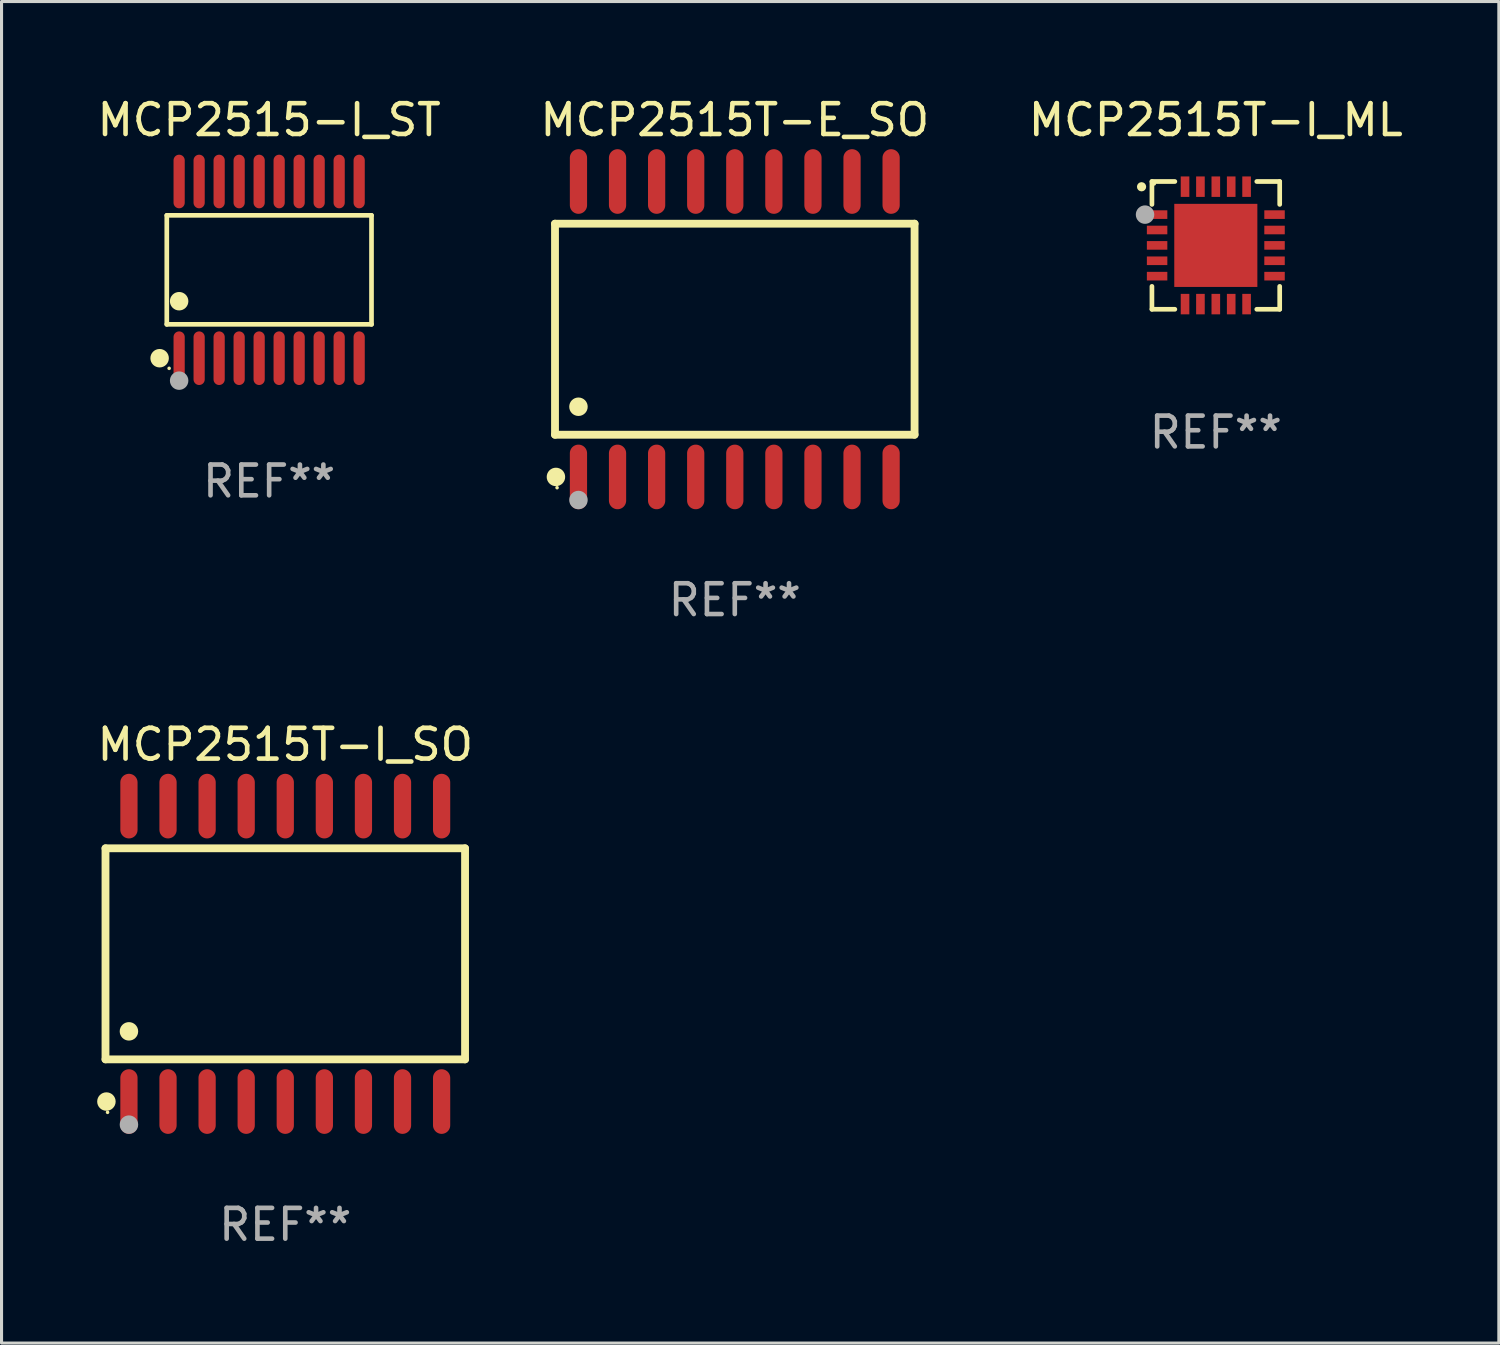
<source format=kicad_pcb>
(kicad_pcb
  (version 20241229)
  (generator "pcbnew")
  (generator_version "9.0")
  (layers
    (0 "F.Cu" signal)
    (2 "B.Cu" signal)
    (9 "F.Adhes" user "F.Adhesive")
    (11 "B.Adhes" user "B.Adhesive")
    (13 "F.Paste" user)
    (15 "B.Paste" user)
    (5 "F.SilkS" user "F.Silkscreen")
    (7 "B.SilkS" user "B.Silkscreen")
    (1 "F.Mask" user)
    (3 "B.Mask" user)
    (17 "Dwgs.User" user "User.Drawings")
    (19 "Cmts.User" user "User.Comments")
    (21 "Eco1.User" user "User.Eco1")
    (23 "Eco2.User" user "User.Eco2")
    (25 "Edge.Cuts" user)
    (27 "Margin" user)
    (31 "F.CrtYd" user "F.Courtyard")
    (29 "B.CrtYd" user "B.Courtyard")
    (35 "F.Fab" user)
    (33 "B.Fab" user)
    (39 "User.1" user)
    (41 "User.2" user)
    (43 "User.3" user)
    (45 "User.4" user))
  (footprint "MCP2515T-E_SO"
    (layer "F.Cu")
    (at 20.827 7.648)
    (property "Reference" "MCP2515T-E_SO" (at 0 -6.8 0) (layer "F.SilkS") (effects (font (size 1 1) (thickness 0.15))))
    (attr through_hole)
    (fp_line (start -5.842 -3.429) (end -5.842 3.429) (stroke (width 0.254) (type solid)) (layer "F.SilkS"))
    (fp_line (start -5.842 3.429) (end 5.842 3.429) (stroke (width 0.254) (type solid)) (layer "F.SilkS"))
    (fp_line (start 5.842 -3.429) (end -5.842 -3.429) (stroke (width 0.254) (type solid)) (layer "F.SilkS"))
    (fp_line (start 5.842 3.429) (end 5.842 -3.429) (stroke (width 0.254) (type solid)) (layer "F.SilkS"))
    (fp_circle (center -5.812 4.8) (end -5.662 4.8) (stroke (width 0.3) (type solid)) (fill no) (layer "F.SilkS"))
    (fp_circle (center -5.775 5.15) (end -5.745 5.15) (stroke (width 0.06) (type solid)) (fill no) (layer "F.SilkS"))
    (fp_circle (center -5.08 2.519) (end -4.93 2.519) (stroke (width 0.3) (type solid)) (fill no) (layer "F.SilkS"))
    (fp_circle (center -5.08 5.55) (end -4.93 5.55) (stroke (width 0.3) (type solid)) (fill no) (layer "F.Fab"))
    (fp_text user "REF**" (at 0 8.8 0) (layer "F.Fab") (effects (font (size 1 1) (thickness 0.15))))
    (pad "1" smd oval (at -5.08 4.8) (size 0.56 2.1) (layers "F.Cu" "F.Mask" "F.Paste"))
    (pad "2" smd oval (at -3.81 4.8) (size 0.56 2.1) (layers "F.Cu" "F.Mask" "F.Paste"))
    (pad "3" smd oval (at -2.54 4.8) (size 0.56 2.1) (layers "F.Cu" "F.Mask" "F.Paste"))
    (pad "4" smd oval (at -1.27 4.8) (size 0.56 2.1) (layers "F.Cu" "F.Mask" "F.Paste"))
    (pad "5" smd oval (at 0 4.8) (size 0.56 2.1) (layers "F.Cu" "F.Mask" "F.Paste"))
    (pad "6" smd oval (at 1.27 4.8) (size 0.56 2.1) (layers "F.Cu" "F.Mask" "F.Paste"))
    (pad "7" smd oval (at 2.54 4.8) (size 0.56 2.1) (layers "F.Cu" "F.Mask" "F.Paste"))
    (pad "8" smd oval (at 3.81 4.8) (size 0.56 2.1) (layers "F.Cu" "F.Mask" "F.Paste"))
    (pad "9" smd oval (at 5.08 4.8) (size 0.56 2.1) (layers "F.Cu" "F.Mask" "F.Paste"))
    (pad "10" smd oval (at 5.08 -4.8) (size 0.56 2.1) (layers "F.Cu" "F.Mask" "F.Paste"))
    (pad "11" smd oval (at 3.81 -4.8) (size 0.56 2.1) (layers "F.Cu" "F.Mask" "F.Paste"))
    (pad "12" smd oval (at 2.54 -4.8) (size 0.56 2.1) (layers "F.Cu" "F.Mask" "F.Paste"))
    (pad "13" smd oval (at 1.27 -4.8) (size 0.56 2.1) (layers "F.Cu" "F.Mask" "F.Paste"))
    (pad "14" smd oval (at 0 -4.8) (size 0.56 2.1) (layers "F.Cu" "F.Mask" "F.Paste"))
    (pad "15" smd oval (at -1.27 -4.8) (size 0.56 2.1) (layers "F.Cu" "F.Mask" "F.Paste"))
    (pad "16" smd oval (at -2.54 -4.8) (size 0.56 2.1) (layers "F.Cu" "F.Mask" "F.Paste"))
    (pad "17" smd oval (at -3.81 -4.8) (size 0.56 2.1) (layers "F.Cu" "F.Mask" "F.Paste"))
    (pad "18" smd oval (at -5.08 -4.8) (size 0.56 2.1) (layers "F.Cu" "F.Mask" "F.Paste")))
  (footprint "MCP2515T-I_SO"
    (layer "F.Cu")
    (at 6.22 27.945)
    (property "Reference" "MCP2515T-I_SO" (at 0 -6.8 0) (layer "F.SilkS") (effects (font (size 1 1) (thickness 0.15))))
    (attr through_hole)
    (fp_line (start -5.842 -3.429) (end -5.842 3.429) (stroke (width 0.254) (type solid)) (layer "F.SilkS"))
    (fp_line (start -5.842 3.429) (end 5.842 3.429) (stroke (width 0.254) (type solid)) (layer "F.SilkS"))
    (fp_line (start 5.842 -3.429) (end -5.842 -3.429) (stroke (width 0.254) (type solid)) (layer "F.SilkS"))
    (fp_line (start 5.842 3.429) (end 5.842 -3.429) (stroke (width 0.254) (type solid)) (layer "F.SilkS"))
    (fp_circle (center -5.812 4.8) (end -5.662 4.8) (stroke (width 0.3) (type solid)) (fill no) (layer "F.SilkS"))
    (fp_circle (center -5.775 5.15) (end -5.745 5.15) (stroke (width 0.06) (type solid)) (fill no) (layer "F.SilkS"))
    (fp_circle (center -5.08 2.519) (end -4.93 2.519) (stroke (width 0.3) (type solid)) (fill no) (layer "F.SilkS"))
    (fp_circle (center -5.08 5.55) (end -4.93 5.55) (stroke (width 0.3) (type solid)) (fill no) (layer "F.Fab"))
    (fp_text user "REF**" (at 0 8.8 0) (layer "F.Fab") (effects (font (size 1 1) (thickness 0.15))))
    (pad "1" smd oval (at -5.08 4.8) (size 0.56 2.1) (layers "F.Cu" "F.Mask" "F.Paste"))
    (pad "2" smd oval (at -3.81 4.8) (size 0.56 2.1) (layers "F.Cu" "F.Mask" "F.Paste"))
    (pad "3" smd oval (at -2.54 4.8) (size 0.56 2.1) (layers "F.Cu" "F.Mask" "F.Paste"))
    (pad "4" smd oval (at -1.27 4.8) (size 0.56 2.1) (layers "F.Cu" "F.Mask" "F.Paste"))
    (pad "5" smd oval (at 0 4.8) (size 0.56 2.1) (layers "F.Cu" "F.Mask" "F.Paste"))
    (pad "6" smd oval (at 1.27 4.8) (size 0.56 2.1) (layers "F.Cu" "F.Mask" "F.Paste"))
    (pad "7" smd oval (at 2.54 4.8) (size 0.56 2.1) (layers "F.Cu" "F.Mask" "F.Paste"))
    (pad "8" smd oval (at 3.81 4.8) (size 0.56 2.1) (layers "F.Cu" "F.Mask" "F.Paste"))
    (pad "9" smd oval (at 5.08 4.8) (size 0.56 2.1) (layers "F.Cu" "F.Mask" "F.Paste"))
    (pad "10" smd oval (at 5.08 -4.8) (size 0.56 2.1) (layers "F.Cu" "F.Mask" "F.Paste"))
    (pad "11" smd oval (at 3.81 -4.8) (size 0.56 2.1) (layers "F.Cu" "F.Mask" "F.Paste"))
    (pad "12" smd oval (at 2.54 -4.8) (size 0.56 2.1) (layers "F.Cu" "F.Mask" "F.Paste"))
    (pad "13" smd oval (at 1.27 -4.8) (size 0.56 2.1) (layers "F.Cu" "F.Mask" "F.Paste"))
    (pad "14" smd oval (at 0 -4.8) (size 0.56 2.1) (layers "F.Cu" "F.Mask" "F.Paste"))
    (pad "15" smd oval (at -1.27 -4.8) (size 0.56 2.1) (layers "F.Cu" "F.Mask" "F.Paste"))
    (pad "16" smd oval (at -2.54 -4.8) (size 0.56 2.1) (layers "F.Cu" "F.Mask" "F.Paste"))
    (pad "17" smd oval (at -3.81 -4.8) (size 0.56 2.1) (layers "F.Cu" "F.Mask" "F.Paste"))
    (pad "18" smd oval (at -5.08 -4.8) (size 0.56 2.1) (layers "F.Cu" "F.Mask" "F.Paste")))
  (footprint "MCP2515-I_ST"
    (layer "F.Cu")
    (at 5.696 5.719)
    (property "Reference" "MCP2515-I_ST" (at 0 -4.871 0) (layer "F.SilkS") (effects (font (size 1 1) (thickness 0.15))))
    (attr through_hole)
    (fp_line (start -3.326 -1.771) (end 3.326 -1.771) (stroke (width 0.152) (type solid)) (layer "F.SilkS"))
    (fp_line (start -3.326 1.771) (end -3.326 -1.771) (stroke (width 0.152) (type solid)) (layer "F.SilkS"))
    (fp_line (start 3.326 -1.771) (end 3.326 1.771) (stroke (width 0.152) (type solid)) (layer "F.SilkS"))
    (fp_line (start 3.326 1.771) (end -3.326 1.771) (stroke (width 0.152) (type solid)) (layer "F.SilkS"))
    (fp_circle (center -3.559 2.871) (end -3.409 2.871) (stroke (width 0.3) (type solid)) (fill no) (layer "F.SilkS"))
    (fp_circle (center -3.25 3.2) (end -3.22 3.2) (stroke (width 0.06) (type solid)) (fill no) (layer "F.SilkS"))
    (fp_circle (center -2.925 1.019) (end -2.775 1.019) (stroke (width 0.3) (type solid)) (fill no) (layer "F.SilkS"))
    (fp_circle (center -2.925 3.6) (end -2.775 3.6) (stroke (width 0.3) (type solid)) (fill no) (layer "F.Fab"))
    (fp_text user "REF**" (at 0 6.871 0) (layer "F.Fab") (effects (font (size 1 1) (thickness 0.15))))
    (pad "1" smd oval (at -2.925 2.871) (size 0.364 1.742) (layers "F.Cu" "F.Mask" "F.Paste"))
    (pad "2" smd oval (at -2.275 2.871) (size 0.364 1.742) (layers "F.Cu" "F.Mask" "F.Paste"))
    (pad "3" smd oval (at -1.625 2.871) (size 0.364 1.742) (layers "F.Cu" "F.Mask" "F.Paste"))
    (pad "4" smd oval (at -0.975 2.871) (size 0.364 1.742) (layers "F.Cu" "F.Mask" "F.Paste"))
    (pad "5" smd oval (at -0.325 2.871) (size 0.364 1.742) (layers "F.Cu" "F.Mask" "F.Paste"))
    (pad "6" smd oval (at 0.325 2.871) (size 0.364 1.742) (layers "F.Cu" "F.Mask" "F.Paste"))
    (pad "7" smd oval (at 0.975 2.871) (size 0.364 1.742) (layers "F.Cu" "F.Mask" "F.Paste"))
    (pad "8" smd oval (at 1.625 2.871) (size 0.364 1.742) (layers "F.Cu" "F.Mask" "F.Paste"))
    (pad "9" smd oval (at 2.275 2.871) (size 0.364 1.742) (layers "F.Cu" "F.Mask" "F.Paste"))
    (pad "10" smd oval (at 2.925 2.871) (size 0.364 1.742) (layers "F.Cu" "F.Mask" "F.Paste"))
    (pad "11" smd oval (at 2.925 -2.871) (size 0.364 1.742) (layers "F.Cu" "F.Mask" "F.Paste"))
    (pad "12" smd oval (at 2.275 -2.871) (size 0.364 1.742) (layers "F.Cu" "F.Mask" "F.Paste"))
    (pad "13" smd oval (at 1.625 -2.871) (size 0.364 1.742) (layers "F.Cu" "F.Mask" "F.Paste"))
    (pad "14" smd oval (at 0.975 -2.871) (size 0.364 1.742) (layers "F.Cu" "F.Mask" "F.Paste"))
    (pad "15" smd oval (at 0.325 -2.871) (size 0.364 1.742) (layers "F.Cu" "F.Mask" "F.Paste"))
    (pad "16" smd oval (at -0.325 -2.871) (size 0.364 1.742) (layers "F.Cu" "F.Mask" "F.Paste"))
    (pad "17" smd oval (at -0.975 -2.871) (size 0.364 1.742) (layers "F.Cu" "F.Mask" "F.Paste"))
    (pad "18" smd oval (at -1.625 -2.871) (size 0.364 1.742) (layers "F.Cu" "F.Mask" "F.Paste"))
    (pad "19" smd oval (at -2.275 -2.871) (size 0.364 1.742) (layers "F.Cu" "F.Mask" "F.Paste"))
    (pad "20" smd oval (at -2.925 -2.871) (size 0.364 1.742) (layers "F.Cu" "F.Mask" "F.Paste")))
  (footprint "MCP2515T-I_ML"
    (layer "F.Cu")
    (at 36.458 4.924)
    (property "Reference" "MCP2515T-I_ML" (at 0 -4.076 0) (layer "F.SilkS") (effects (font (size 1 1) (thickness 0.15))))
    (attr through_hole)
    (fp_line (start -2.076 -2.076) (end -2.076 -1.331) (stroke (width 0.152) (type solid)) (layer "F.SilkS"))
    (fp_line (start -2.076 2.076) (end -2.076 1.331) (stroke (width 0.152) (type solid)) (layer "F.SilkS"))
    (fp_line (start -1.331 -2.076) (end -2.076 -2.076) (stroke (width 0.152) (type solid)) (layer "F.SilkS"))
    (fp_line (start -1.331 2.076) (end -2.076 2.076) (stroke (width 0.152) (type solid)) (layer "F.SilkS"))
    (fp_line (start 1.331 -2.076) (end 2.076 -2.076) (stroke (width 0.152) (type solid)) (layer "F.SilkS"))
    (fp_line (start 1.331 2.076) (end 2.076 2.076) (stroke (width 0.152) (type solid)) (layer "F.SilkS"))
    (fp_line (start 2.076 -2.076) (end 2.076 -1.331) (stroke (width 0.152) (type solid)) (layer "F.SilkS"))
    (fp_line (start 2.076 2.076) (end 2.076 1.331) (stroke (width 0.152) (type solid)) (layer "F.SilkS"))
    (fp_circle (center -2.413 -1.905) (end -2.338 -1.905) (stroke (width 0.15) (type solid)) (fill no) (layer "F.SilkS"))
    (fp_circle (center -2 -2) (end -1.97 -2) (stroke (width 0.06) (type solid)) (fill no) (layer "F.SilkS"))
    (fp_circle (center -2.3 -1) (end -2.15 -1) (stroke (width 0.3) (type solid)) (fill no) (layer "F.Fab"))
    (fp_text user "REF**" (at 0 6.076 0) (layer "F.Fab") (effects (font (size 1 1) (thickness 0.15))))
    (pad "1" smd rect (at -1.908 -1) (size 0.665 0.28) (layers "F.Cu" "F.Mask" "F.Paste"))
    (pad "2" smd rect (at -1.908 -0.5) (size 0.665 0.28) (layers "F.Cu" "F.Mask" "F.Paste"))
    (pad "3" smd rect (at -1.908 0) (size 0.665 0.28) (layers "F.Cu" "F.Mask" "F.Paste"))
    (pad "4" smd rect (at -1.908 0.5) (size 0.665 0.28) (layers "F.Cu" "F.Mask" "F.Paste"))
    (pad "5" smd rect (at -1.908 1) (size 0.665 0.28) (layers "F.Cu" "F.Mask" "F.Paste"))
    (pad "6" smd rect (at -1 1.908) (size 0.28 0.665) (layers "F.Cu" "F.Mask" "F.Paste"))
    (pad "7" smd rect (at -0.5 1.908) (size 0.28 0.665) (layers "F.Cu" "F.Mask" "F.Paste"))
    (pad "8" smd rect (at 0 1.908) (size 0.28 0.665) (layers "F.Cu" "F.Mask" "F.Paste"))
    (pad "9" smd rect (at 0.5 1.908) (size 0.28 0.665) (layers "F.Cu" "F.Mask" "F.Paste"))
    (pad "10" smd rect (at 1 1.908) (size 0.28 0.665) (layers "F.Cu" "F.Mask" "F.Paste"))
    (pad "11" smd rect (at 1.908 1) (size 0.665 0.28) (layers "F.Cu" "F.Mask" "F.Paste"))
    (pad "12" smd rect (at 1.908 0.5) (size 0.665 0.28) (layers "F.Cu" "F.Mask" "F.Paste"))
    (pad "13" smd rect (at 1.908 0) (size 0.665 0.28) (layers "F.Cu" "F.Mask" "F.Paste"))
    (pad "14" smd rect (at 1.908 -0.5) (size 0.665 0.28) (layers "F.Cu" "F.Mask" "F.Paste"))
    (pad "15" smd rect (at 1.908 -1) (size 0.665 0.28) (layers "F.Cu" "F.Mask" "F.Paste"))
    (pad "16" smd rect (at 1 -1.908) (size 0.28 0.665) (layers "F.Cu" "F.Mask" "F.Paste"))
    (pad "17" smd rect (at 0.5 -1.908) (size 0.28 0.665) (layers "F.Cu" "F.Mask" "F.Paste"))
    (pad "18" smd rect (at 0 -1.908) (size 0.28 0.665) (layers "F.Cu" "F.Mask" "F.Paste"))
    (pad "19" smd rect (at -0.5 -1.908) (size 0.28 0.665) (layers "F.Cu" "F.Mask" "F.Paste"))
    (pad "20" smd rect (at -1 -1.908) (size 0.28 0.665) (layers "F.Cu" "F.Mask" "F.Paste"))
    (pad "21" smd rect (at 0 0) (size 2.7 2.7) (layers "F.Cu" "F.Mask" "F.Paste")))
  (gr_rect
    (start -3 -3)
    (end 45.655 40.593)
    (stroke (width 0.1) (type default))
    (fill no)
    (layer "Edge.Cuts")))
</source>
